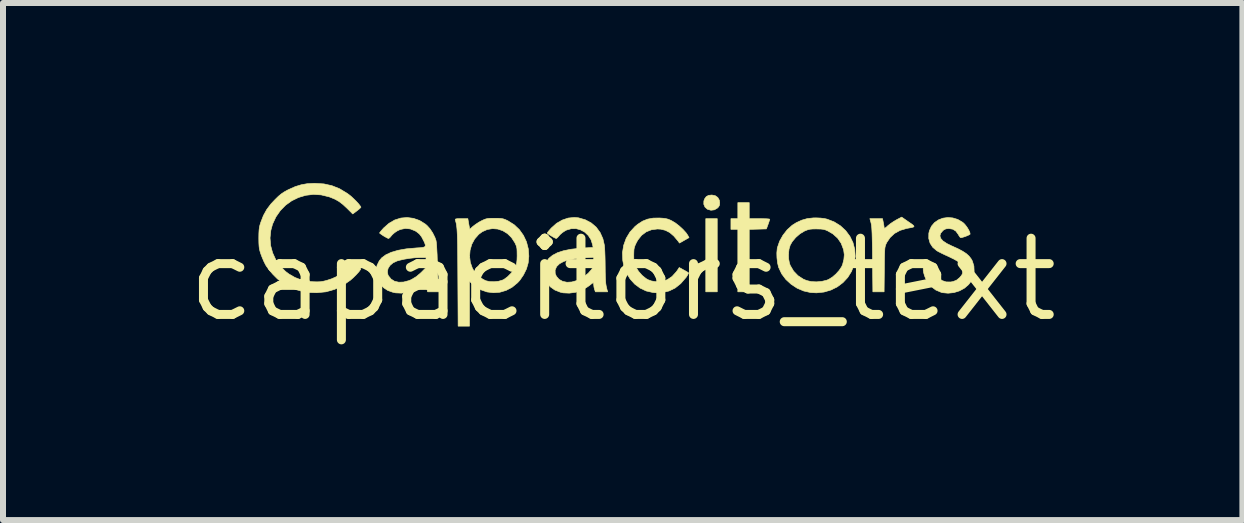
<source format=kicad_pcb>
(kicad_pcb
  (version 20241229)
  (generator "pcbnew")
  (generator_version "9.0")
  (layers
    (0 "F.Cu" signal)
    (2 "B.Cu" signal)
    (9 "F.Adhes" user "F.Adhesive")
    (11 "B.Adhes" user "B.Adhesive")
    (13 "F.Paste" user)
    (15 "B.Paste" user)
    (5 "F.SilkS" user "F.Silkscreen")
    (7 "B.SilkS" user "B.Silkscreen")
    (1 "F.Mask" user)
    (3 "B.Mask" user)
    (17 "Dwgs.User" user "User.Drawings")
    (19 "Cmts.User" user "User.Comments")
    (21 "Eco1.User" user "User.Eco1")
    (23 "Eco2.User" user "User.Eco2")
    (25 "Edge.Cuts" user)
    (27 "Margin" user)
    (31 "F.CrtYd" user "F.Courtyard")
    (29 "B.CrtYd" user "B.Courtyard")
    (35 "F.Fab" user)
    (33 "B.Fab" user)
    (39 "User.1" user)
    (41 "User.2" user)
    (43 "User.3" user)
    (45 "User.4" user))
  (footprint "capacitors_text"
    (layer "F.Cu")
    (at 7.325 1.609)
    (property "Reference" "capacitors_text" (at 0 0 0) (layer "F.SilkS") (effects (font (size 1.27 1.27) (thickness 0.15))))
    (attr through_hole)
    (fp_poly (pts (xy 1.575 0.203) (xy 1.384 0.203) (xy 1.384 -1.016) (xy 1.575 -1.016) (xy 1.575 0.203)) (stroke (width 0.01) (type solid)) (fill yes) (layer "F.SilkS"))
    (fp_poly (pts (xy 1.541 -1.399) (xy 1.584 -1.369) (xy 1.61 -1.323) (xy 1.616 -1.283) (xy 1.613 -1.242) (xy 1.598 -1.213) (xy 1.576 -1.191) (xy 1.527 -1.163) (xy 1.47 -1.156) (xy 1.415 -1.172) (xy 1.411 -1.173) (xy 1.371 -1.209) (xy 1.351 -1.256) (xy 1.352 -1.31) (xy 1.365 -1.346) (xy 1.393 -1.384) (xy 1.431 -1.404) (xy 1.485 -1.41) (xy 1.541 -1.399)) (stroke (width 0.01) (type solid)) (fill yes) (layer "F.SilkS"))
    (fp_poly (pts (xy 2.108 -1.016) (xy 2.28 -1.016) (xy 2.342 -1.015) (xy 2.394 -1.014) (xy 2.432 -1.011) (xy 2.45 -1.007) (xy 2.45 -1.006) (xy 2.446 -0.99) (xy 2.435 -0.958) (xy 2.422 -0.921) (xy 2.394 -0.845) (xy 2.251 -0.841) (xy 2.108 -0.837) (xy 2.108 0.203) (xy 1.918 0.203) (xy 1.918 -0.838) (xy 1.803 -0.838) (xy 1.803 -1.016) (xy 1.918 -1.016) (xy 1.918 -1.283) (xy 2.108 -1.283) (xy 2.108 -1.016)) (stroke (width 0.01) (type solid)) (fill yes) (layer "F.SilkS"))
    (fp_poly (pts (xy 4.761 -0.963) (xy 4.812 -0.928) (xy 4.843 -0.904) (xy 4.854 -0.888) (xy 4.845 -0.877) (xy 4.813 -0.868) (xy 4.758 -0.858) (xy 4.725 -0.852) (xy 4.62 -0.82) (xy 4.529 -0.77) (xy 4.455 -0.701) (xy 4.398 -0.617) (xy 4.392 -0.603) (xy 4.383 -0.584) (xy 4.377 -0.565) (xy 4.371 -0.542) (xy 4.367 -0.513) (xy 4.365 -0.475) (xy 4.363 -0.424) (xy 4.361 -0.357) (xy 4.36 -0.27) (xy 4.359 -0.168) (xy 4.355 0.203) (xy 4.168 0.203) (xy 4.162 -0.333) (xy 4.161 -0.473) (xy 4.159 -0.589) (xy 4.157 -0.684) (xy 4.155 -0.761) (xy 4.152 -0.822) (xy 4.149 -0.87) (xy 4.145 -0.906) (xy 4.14 -0.933) (xy 4.138 -0.943) (xy 4.118 -1.016) (xy 4.329 -1.016) (xy 4.342 -0.952) (xy 4.35 -0.91) (xy 4.355 -0.876) (xy 4.356 -0.864) (xy 4.36 -0.855) (xy 4.374 -0.861) (xy 4.401 -0.882) (xy 4.416 -0.897) (xy 4.46 -0.932) (xy 4.515 -0.969) (xy 4.562 -0.997) (xy 4.648 -1.042) (xy 4.761 -0.963)) (stroke (width 0.01) (type solid)) (fill yes) (layer "F.SilkS"))
    (fp_poly (pts (xy 0.671 -1.023) (xy 0.717 -1.017) (xy 0.756 -1.007) (xy 0.797 -0.99) (xy 0.819 -0.979) (xy 0.879 -0.943) (xy 0.943 -0.893) (xy 1.004 -0.837) (xy 1.055 -0.781) (xy 1.083 -0.74) (xy 1.105 -0.7) (xy 1.026 -0.655) (xy 0.946 -0.609) (xy 0.921 -0.644) (xy 0.852 -0.726) (xy 0.783 -0.785) (xy 0.711 -0.822) (xy 0.633 -0.841) (xy 0.578 -0.844) (xy 0.479 -0.831) (xy 0.391 -0.796) (xy 0.315 -0.739) (xy 0.252 -0.66) (xy 0.226 -0.613) (xy 0.206 -0.57) (xy 0.194 -0.535) (xy 0.187 -0.498) (xy 0.185 -0.452) (xy 0.184 -0.407) (xy 0.185 -0.345) (xy 0.189 -0.3) (xy 0.198 -0.263) (xy 0.213 -0.225) (xy 0.218 -0.213) (xy 0.263 -0.14) (xy 0.322 -0.072) (xy 0.39 -0.017) (xy 0.421 0.001) (xy 0.478 0.022) (xy 0.546 0.034) (xy 0.559 0.035) (xy 0.655 0.03) (xy 0.743 0.001) (xy 0.822 -0.052) (xy 0.892 -0.129) (xy 0.911 -0.155) (xy 0.942 -0.202) (xy 1.014 -0.162) (xy 1.053 -0.141) (xy 1.083 -0.123) (xy 1.096 -0.114) (xy 1.094 -0.101) (xy 1.079 -0.073) (xy 1.055 -0.036) (xy 1.05 -0.031) (xy 0.966 0.066) (xy 0.873 0.14) (xy 0.772 0.189) (xy 0.661 0.215) (xy 0.54 0.218) (xy 0.502 0.214) (xy 0.391 0.189) (xy 0.29 0.141) (xy 0.2 0.074) (xy 0.124 -0.01) (xy 0.063 -0.11) (xy 0.02 -0.221) (xy 0.001 -0.32) (xy -0.004 -0.449) (xy 0.016 -0.572) (xy 0.058 -0.688) (xy 0.121 -0.793) (xy 0.205 -0.885) (xy 0.25 -0.922) (xy 0.332 -0.975) (xy 0.415 -1.008) (xy 0.507 -1.025) (xy 0.609 -1.027) (xy 0.671 -1.023)) (stroke (width 0.01) (type solid)) (fill yes) (layer "F.SilkS"))
    (fp_poly (pts (xy 3.293 -1.026) (xy 3.36 -1.018) (xy 3.404 -1.008) (xy 3.523 -0.962) (xy 3.627 -0.897) (xy 3.715 -0.816) (xy 3.785 -0.722) (xy 3.836 -0.618) (xy 3.866 -0.505) (xy 3.874 -0.387) (xy 3.858 -0.266) (xy 3.854 -0.248) (xy 3.812 -0.137) (xy 3.75 -0.037) (xy 3.67 0.049) (xy 3.576 0.12) (xy 3.469 0.173) (xy 3.353 0.207) (xy 3.23 0.22) (xy 3.131 0.215) (xy 3.015 0.189) (xy 2.905 0.142) (xy 2.805 0.076) (xy 2.718 -0.004) (xy 2.649 -0.096) (xy 2.601 -0.198) (xy 2.598 -0.204) (xy 2.58 -0.278) (xy 2.57 -0.363) (xy 2.568 -0.43) (xy 2.762 -0.43) (xy 2.764 -0.348) (xy 2.778 -0.274) (xy 2.791 -0.237) (xy 2.847 -0.142) (xy 2.92 -0.066) (xy 3.009 -0.008) (xy 3.065 0.015) (xy 3.141 0.033) (xy 3.229 0.037) (xy 3.318 0.029) (xy 3.398 0.01) (xy 3.432 -0.004) (xy 3.493 -0.042) (xy 3.554 -0.095) (xy 3.607 -0.154) (xy 3.647 -0.214) (xy 3.663 -0.25) (xy 3.685 -0.337) (xy 3.692 -0.414) (xy 3.682 -0.489) (xy 3.678 -0.505) (xy 3.64 -0.605) (xy 3.581 -0.691) (xy 3.502 -0.762) (xy 3.418 -0.811) (xy 3.379 -0.828) (xy 3.343 -0.838) (xy 3.301 -0.843) (xy 3.245 -0.844) (xy 3.226 -0.845) (xy 3.165 -0.844) (xy 3.12 -0.84) (xy 3.083 -0.831) (xy 3.044 -0.816) (xy 3.026 -0.808) (xy 2.953 -0.764) (xy 2.883 -0.703) (xy 2.825 -0.634) (xy 2.791 -0.575) (xy 2.771 -0.509) (xy 2.762 -0.43) (xy 2.568 -0.43) (xy 2.568 -0.448) (xy 2.575 -0.523) (xy 2.578 -0.535) (xy 2.614 -0.64) (xy 2.67 -0.74) (xy 2.741 -0.831) (xy 2.824 -0.906) (xy 2.892 -0.949) (xy 2.984 -0.991) (xy 3.075 -1.017) (xy 3.173 -1.028) (xy 3.219 -1.029) (xy 3.293 -1.026)) (stroke (width 0.01) (type solid)) (fill yes) (layer "F.SilkS"))
    (fp_poly (pts (xy 5.5 -1.028) (xy 5.582 -1.003) (xy 5.659 -0.958) (xy 5.682 -0.94) (xy 5.711 -0.908) (xy 5.741 -0.867) (xy 5.766 -0.825) (xy 5.783 -0.787) (xy 5.788 -0.761) (xy 5.787 -0.757) (xy 5.773 -0.747) (xy 5.743 -0.733) (xy 5.705 -0.718) (xy 5.667 -0.706) (xy 5.638 -0.699) (xy 5.631 -0.699) (xy 5.619 -0.709) (xy 5.601 -0.735) (xy 5.591 -0.753) (xy 5.551 -0.808) (xy 5.501 -0.84) (xy 5.437 -0.851) (xy 5.431 -0.851) (xy 5.385 -0.846) (xy 5.351 -0.83) (xy 5.334 -0.816) (xy 5.297 -0.772) (xy 5.285 -0.729) (xy 5.298 -0.687) (xy 5.335 -0.645) (xy 5.397 -0.603) (xy 5.484 -0.56) (xy 5.485 -0.56) (xy 5.585 -0.515) (xy 5.664 -0.473) (xy 5.725 -0.433) (xy 5.77 -0.392) (xy 5.805 -0.347) (xy 5.825 -0.311) (xy 5.851 -0.227) (xy 5.855 -0.138) (xy 5.837 -0.049) (xy 5.8 0.033) (xy 5.764 0.081) (xy 5.695 0.141) (xy 5.611 0.187) (xy 5.518 0.216) (xy 5.421 0.226) (xy 5.327 0.217) (xy 5.308 0.212) (xy 5.216 0.173) (xy 5.138 0.114) (xy 5.075 0.034) (xy 5.047 -0.018) (xy 5.028 -0.067) (xy 5.014 -0.115) (xy 5.007 -0.157) (xy 5.007 -0.185) (xy 5.012 -0.194) (xy 5.029 -0.198) (xy 5.064 -0.204) (xy 5.107 -0.209) (xy 5.191 -0.218) (xy 5.2 -0.161) (xy 5.222 -0.086) (xy 5.263 -0.027) (xy 5.32 0.015) (xy 5.388 0.038) (xy 5.465 0.039) (xy 5.504 0.032) (xy 5.562 0.009) (xy 5.611 -0.031) (xy 5.616 -0.036) (xy 5.644 -0.069) (xy 5.659 -0.096) (xy 5.664 -0.13) (xy 5.664 -0.16) (xy 5.663 -0.203) (xy 5.655 -0.232) (xy 5.638 -0.257) (xy 5.616 -0.279) (xy 5.577 -0.308) (xy 5.518 -0.342) (xy 5.446 -0.377) (xy 5.43 -0.385) (xy 5.368 -0.413) (xy 5.308 -0.442) (xy 5.257 -0.468) (xy 5.23 -0.484) (xy 5.165 -0.54) (xy 5.121 -0.608) (xy 5.099 -0.686) (xy 5.1 -0.771) (xy 5.11 -0.815) (xy 5.144 -0.89) (xy 5.195 -0.95) (xy 5.26 -0.995) (xy 5.335 -1.024) (xy 5.417 -1.035) (xy 5.5 -1.028)) (stroke (width 0.01) (type solid)) (fill yes) (layer "F.SilkS"))
    (fp_poly (pts (xy -2.072 -1.022) (xy -2.028 -1.019) (xy -1.993 -1.013) (xy -1.96 -1.002) (xy -1.921 -0.984) (xy -1.911 -0.979) (xy -1.809 -0.915) (xy -1.723 -0.834) (xy -1.654 -0.737) (xy -1.603 -0.629) (xy -1.573 -0.512) (xy -1.564 -0.39) (xy -1.575 -0.278) (xy -1.604 -0.178) (xy -1.653 -0.079) (xy -1.715 0.012) (xy -1.752 0.052) (xy -1.842 0.126) (xy -1.942 0.179) (xy -2.047 0.21) (xy -2.154 0.218) (xy -2.261 0.205) (xy -2.364 0.169) (xy -2.459 0.111) (xy -2.499 0.078) (xy -2.553 0.028) (xy -2.553 0.775) (xy -2.742 0.775) (xy -2.747 -0.041) (xy -2.748 -0.208) (xy -2.749 -0.351) (xy -2.749 -0.388) (xy -2.551 -0.388) (xy -2.539 -0.287) (xy -2.505 -0.191) (xy -2.483 -0.153) (xy -2.443 -0.102) (xy -2.391 -0.052) (xy -2.334 -0.009) (xy -2.282 0.018) (xy -2.282 0.018) (xy -2.217 0.033) (xy -2.143 0.035) (xy -2.068 0.027) (xy -2.003 0.008) (xy -1.979 -0.003) (xy -1.915 -0.051) (xy -1.854 -0.113) (xy -1.805 -0.18) (xy -1.787 -0.213) (xy -1.774 -0.247) (xy -1.766 -0.283) (xy -1.761 -0.329) (xy -1.759 -0.391) (xy -1.759 -0.406) (xy -1.76 -0.468) (xy -1.762 -0.513) (xy -1.768 -0.546) (xy -1.779 -0.577) (xy -1.796 -0.613) (xy -1.796 -0.614) (xy -1.852 -0.7) (xy -1.92 -0.767) (xy -1.998 -0.815) (xy -2.082 -0.843) (xy -2.169 -0.85) (xy -2.255 -0.836) (xy -2.339 -0.799) (xy -2.4 -0.754) (xy -2.467 -0.677) (xy -2.515 -0.588) (xy -2.543 -0.49) (xy -2.551 -0.388) (xy -2.749 -0.388) (xy -2.75 -0.474) (xy -2.751 -0.577) (xy -2.753 -0.663) (xy -2.755 -0.734) (xy -2.758 -0.792) (xy -2.761 -0.84) (xy -2.765 -0.879) (xy -2.769 -0.911) (xy -2.774 -0.939) (xy -2.781 -0.965) (xy -2.788 -0.991) (xy -2.789 -0.994) (xy -2.79 -1.005) (xy -2.781 -1.011) (xy -2.759 -1.015) (xy -2.718 -1.016) (xy -2.688 -1.016) (xy -2.58 -1.016) (xy -2.565 -0.928) (xy -2.549 -0.839) (xy -2.492 -0.89) (xy -2.449 -0.922) (xy -2.396 -0.957) (xy -2.351 -0.981) (xy -2.311 -1) (xy -2.278 -1.012) (xy -2.244 -1.019) (xy -2.202 -1.022) (xy -2.142 -1.022) (xy -2.133 -1.022) (xy -2.072 -1.022)) (stroke (width 0.01) (type solid)) (fill yes) (layer "F.SilkS"))
    (fp_poly (pts (xy -0.737 -1.03) (xy -0.623 -0.997) (xy -0.524 -0.944) (xy -0.441 -0.873) (xy -0.376 -0.784) (xy -0.33 -0.681) (xy -0.305 -0.571) (xy -0.301 -0.528) (xy -0.298 -0.465) (xy -0.295 -0.389) (xy -0.293 -0.306) (xy -0.292 -0.222) (xy -0.291 -0.124) (xy -0.289 -0.047) (xy -0.286 0.015) (xy -0.282 0.065) (xy -0.275 0.109) (xy -0.265 0.151) (xy -0.261 0.168) (xy -0.251 0.203) (xy -0.455 0.203) (xy -0.469 0.163) (xy -0.479 0.123) (xy -0.483 0.087) (xy -0.485 0.061) (xy -0.49 0.051) (xy -0.503 0.058) (xy -0.529 0.077) (xy -0.551 0.095) (xy -0.591 0.123) (xy -0.643 0.154) (xy -0.69 0.179) (xy -0.786 0.211) (xy -0.89 0.225) (xy -0.992 0.22) (xy -1.04 0.209) (xy -1.131 0.173) (xy -1.206 0.12) (xy -1.263 0.054) (xy -1.3 -0.021) (xy -1.317 -0.103) (xy -1.314 -0.16) (xy -1.126 -0.16) (xy -1.125 -0.103) (xy -1.105 -0.055) (xy -1.06 -0.004) (xy -1 0.029) (xy -0.928 0.044) (xy -0.847 0.039) (xy -0.76 0.014) (xy -0.737 0.005) (xy -0.652 -0.044) (xy -0.574 -0.107) (xy -0.519 -0.169) (xy -0.497 -0.204) (xy -0.486 -0.239) (xy -0.483 -0.284) (xy -0.483 -0.296) (xy -0.483 -0.372) (xy -0.632 -0.364) (xy -0.772 -0.352) (xy -0.889 -0.332) (xy -0.983 -0.303) (xy -1.053 -0.265) (xy -1.1 -0.219) (xy -1.102 -0.216) (xy -1.126 -0.16) (xy -1.314 -0.16) (xy -1.312 -0.189) (xy -1.284 -0.275) (xy -1.274 -0.294) (xy -1.23 -0.355) (xy -1.168 -0.406) (xy -1.088 -0.448) (xy -0.987 -0.481) (xy -0.865 -0.506) (xy -0.721 -0.522) (xy -0.643 -0.528) (xy -0.493 -0.536) (xy -0.502 -0.582) (xy -0.528 -0.665) (xy -0.573 -0.735) (xy -0.632 -0.791) (xy -0.701 -0.829) (xy -0.777 -0.85) (xy -0.856 -0.849) (xy -0.934 -0.827) (xy -0.961 -0.813) (xy -1.005 -0.784) (xy -1.044 -0.75) (xy -1.061 -0.73) (xy -1.084 -0.703) (xy -1.103 -0.687) (xy -1.108 -0.686) (xy -1.125 -0.692) (xy -1.155 -0.707) (xy -1.19 -0.728) (xy -1.224 -0.749) (xy -1.248 -0.767) (xy -1.257 -0.777) (xy -1.249 -0.79) (xy -1.228 -0.816) (xy -1.197 -0.851) (xy -1.187 -0.862) (xy -1.102 -0.938) (xy -1.008 -0.992) (xy -0.909 -1.026) (xy -0.807 -1.036) (xy -0.737 -1.03)) (stroke (width 0.01) (type solid)) (fill yes) (layer "F.SilkS"))
    (fp_poly (pts (xy -4.978 -1.595) (xy -4.844 -1.565) (xy -4.717 -1.514) (xy -4.593 -1.439) (xy -4.565 -1.419) (xy -4.526 -1.388) (xy -4.484 -1.349) (xy -4.442 -1.308) (xy -4.405 -1.268) (xy -4.378 -1.234) (xy -4.363 -1.211) (xy -4.362 -1.206) (xy -4.372 -1.194) (xy -4.397 -1.171) (xy -4.43 -1.145) (xy -4.498 -1.094) (xy -4.591 -1.187) (xy -4.661 -1.252) (xy -4.725 -1.301) (xy -4.791 -1.339) (xy -4.868 -1.371) (xy -4.893 -1.38) (xy -5.024 -1.412) (xy -5.154 -1.42) (xy -5.28 -1.405) (xy -5.401 -1.369) (xy -5.514 -1.314) (xy -5.616 -1.241) (xy -5.705 -1.15) (xy -5.778 -1.045) (xy -5.834 -0.925) (xy -5.863 -0.819) (xy -5.876 -0.694) (xy -5.866 -0.568) (xy -5.833 -0.446) (xy -5.78 -0.331) (xy -5.707 -0.226) (xy -5.617 -0.136) (xy -5.563 -0.095) (xy -5.461 -0.036) (xy -5.358 0.004) (xy -5.246 0.028) (xy -5.162 0.035) (xy -5.093 0.037) (xy -5.038 0.035) (xy -4.988 0.027) (xy -4.934 0.014) (xy -4.849 -0.014) (xy -4.777 -0.046) (xy -4.71 -0.089) (xy -4.641 -0.146) (xy -4.604 -0.181) (xy -4.563 -0.22) (xy -4.529 -0.252) (xy -4.507 -0.273) (xy -4.499 -0.279) (xy -4.487 -0.273) (xy -4.461 -0.256) (xy -4.426 -0.233) (xy -4.389 -0.206) (xy -4.368 -0.184) (xy -4.365 -0.173) (xy -4.394 -0.133) (xy -4.438 -0.084) (xy -4.489 -0.033) (xy -4.543 0.014) (xy -4.544 0.014) (xy -4.669 0.101) (xy -4.802 0.163) (xy -4.944 0.203) (xy -5.096 0.218) (xy -5.236 0.214) (xy -5.329 0.198) (xy -5.431 0.17) (xy -5.531 0.133) (xy -5.619 0.09) (xy -5.623 0.087) (xy -5.686 0.043) (xy -5.756 -0.016) (xy -5.824 -0.084) (xy -5.886 -0.155) (xy -5.935 -0.222) (xy -5.95 -0.246) (xy -5.979 -0.304) (xy -6.008 -0.372) (xy -6.03 -0.43) (xy -6.044 -0.475) (xy -6.054 -0.516) (xy -6.059 -0.56) (xy -6.062 -0.615) (xy -6.063 -0.687) (xy -6.063 -0.692) (xy -6.062 -0.766) (xy -6.059 -0.821) (xy -6.054 -0.865) (xy -6.045 -0.907) (xy -6.031 -0.951) (xy -6.03 -0.955) (xy -5.986 -1.068) (xy -5.931 -1.168) (xy -5.861 -1.261) (xy -5.791 -1.335) (xy -5.736 -1.389) (xy -5.689 -1.428) (xy -5.642 -1.46) (xy -5.588 -1.49) (xy -5.561 -1.503) (xy -5.456 -1.55) (xy -5.358 -1.58) (xy -5.259 -1.598) (xy -5.148 -1.604) (xy -5.124 -1.604) (xy -4.978 -1.595)) (stroke (width 0.01) (type solid)) (fill yes) (layer "F.SilkS"))
    (fp_poly (pts (xy -3.486 -1.021) (xy -3.384 -0.985) (xy -3.288 -0.925) (xy -3.261 -0.902) (xy -3.213 -0.849) (xy -3.167 -0.78) (xy -3.129 -0.704) (xy -3.111 -0.654) (xy -3.106 -0.625) (xy -3.101 -0.574) (xy -3.097 -0.503) (xy -3.092 -0.414) (xy -3.089 -0.312) (xy -3.087 -0.254) (xy -3.084 -0.141) (xy -3.08 -0.05) (xy -3.076 0.021) (xy -3.072 0.075) (xy -3.067 0.114) (xy -3.061 0.141) (xy -3.058 0.149) (xy -3.038 0.203) (xy -3.25 0.203) (xy -3.263 0.156) (xy -3.272 0.116) (xy -3.276 0.083) (xy -3.277 0.079) (xy -3.278 0.059) (xy -3.285 0.053) (xy -3.303 0.062) (xy -3.334 0.086) (xy -3.345 0.095) (xy -3.385 0.123) (xy -3.437 0.154) (xy -3.484 0.179) (xy -3.58 0.211) (xy -3.684 0.225) (xy -3.786 0.22) (xy -3.834 0.209) (xy -3.915 0.18) (xy -3.979 0.138) (xy -4.033 0.085) (xy -4.08 0.011) (xy -4.106 -0.071) (xy -4.109 -0.133) (xy -3.921 -0.133) (xy -3.911 -0.079) (xy -3.904 -0.065) (xy -3.86 -0.01) (xy -3.802 0.027) (xy -3.731 0.043) (xy -3.65 0.04) (xy -3.56 0.016) (xy -3.52 -0.001) (xy -3.436 -0.052) (xy -3.358 -0.119) (xy -3.277 -0.201) (xy -3.277 -0.368) (xy -3.375 -0.368) (xy -3.458 -0.365) (xy -3.551 -0.355) (xy -3.643 -0.34) (xy -3.725 -0.321) (xy -3.76 -0.311) (xy -3.826 -0.28) (xy -3.877 -0.237) (xy -3.909 -0.187) (xy -3.921 -0.133) (xy -4.109 -0.133) (xy -4.11 -0.155) (xy -4.093 -0.238) (xy -4.055 -0.315) (xy -4.014 -0.364) (xy -3.946 -0.414) (xy -3.855 -0.456) (xy -3.741 -0.489) (xy -3.605 -0.513) (xy -3.449 -0.527) (xy -3.439 -0.528) (xy -3.37 -0.532) (xy -3.324 -0.538) (xy -3.297 -0.548) (xy -3.288 -0.565) (xy -3.292 -0.592) (xy -3.308 -0.631) (xy -3.315 -0.645) (xy -3.35 -0.712) (xy -3.388 -0.761) (xy -3.437 -0.8) (xy -3.459 -0.813) (xy -3.539 -0.845) (xy -3.622 -0.853) (xy -3.705 -0.836) (xy -3.755 -0.813) (xy -3.799 -0.784) (xy -3.838 -0.75) (xy -3.855 -0.73) (xy -3.878 -0.703) (xy -3.897 -0.687) (xy -3.902 -0.686) (xy -3.919 -0.692) (xy -3.949 -0.708) (xy -3.984 -0.728) (xy -4.017 -0.75) (xy -4.042 -0.768) (xy -4.051 -0.777) (xy -4.043 -0.79) (xy -4.022 -0.816) (xy -3.991 -0.851) (xy -3.98 -0.863) (xy -3.893 -0.939) (xy -3.798 -0.994) (xy -3.696 -1.026) (xy -3.591 -1.035) (xy -3.486 -1.021)) (stroke (width 0.01) (type solid)) (fill yes) (layer "F.SilkS")))
  (gr_rect
    (start -3 -3)
    (end 17.65 5.615)
    (stroke (width 0.1) (type default))
    (fill no)
    (layer "Edge.Cuts")))
</source>
